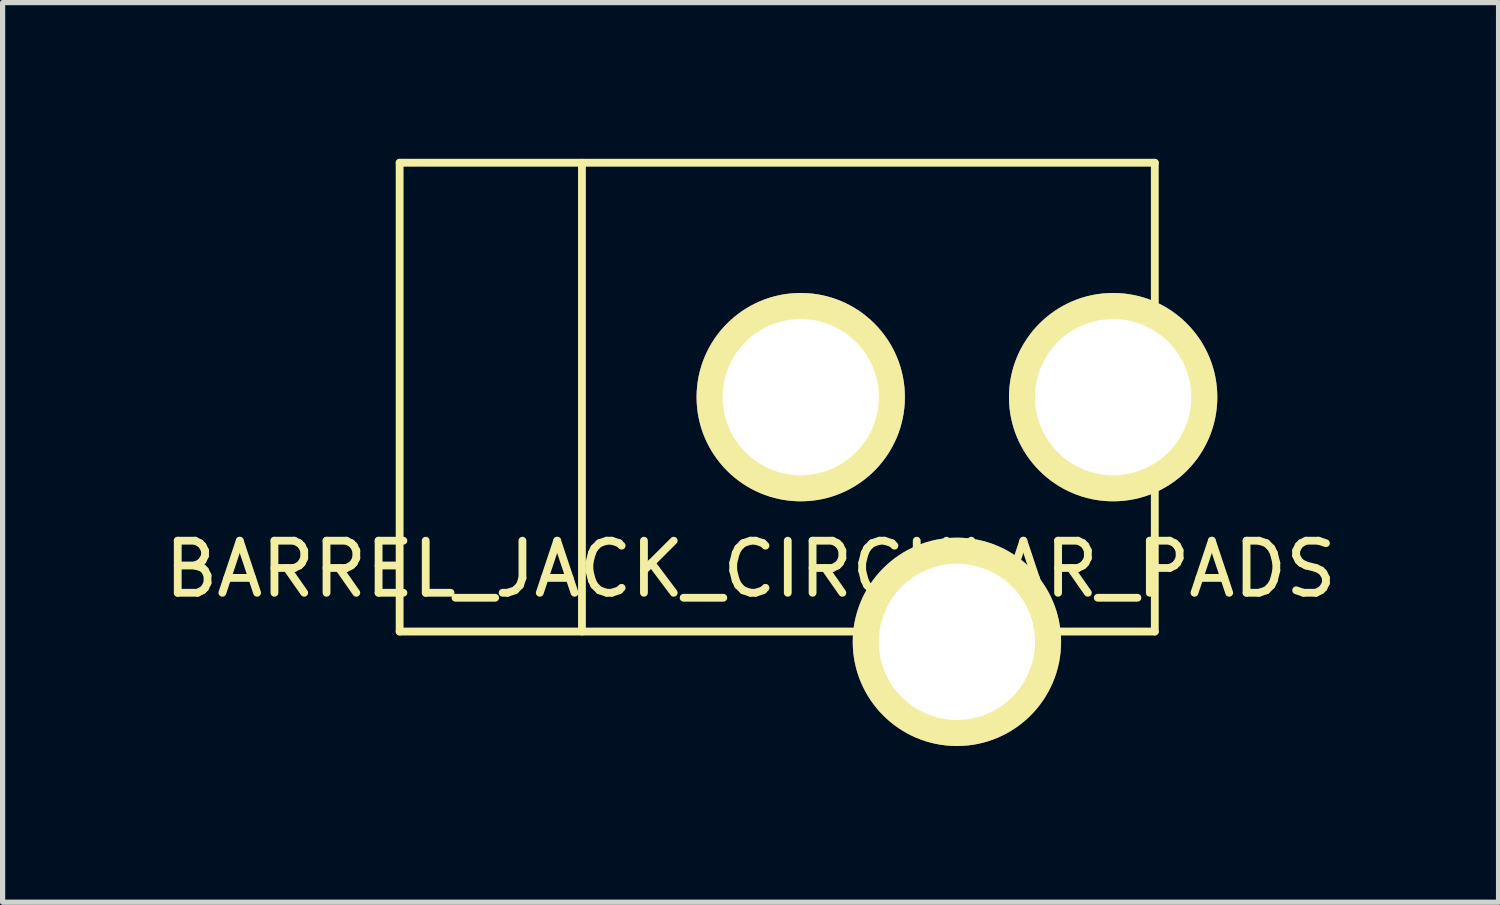
<source format=kicad_pcb>
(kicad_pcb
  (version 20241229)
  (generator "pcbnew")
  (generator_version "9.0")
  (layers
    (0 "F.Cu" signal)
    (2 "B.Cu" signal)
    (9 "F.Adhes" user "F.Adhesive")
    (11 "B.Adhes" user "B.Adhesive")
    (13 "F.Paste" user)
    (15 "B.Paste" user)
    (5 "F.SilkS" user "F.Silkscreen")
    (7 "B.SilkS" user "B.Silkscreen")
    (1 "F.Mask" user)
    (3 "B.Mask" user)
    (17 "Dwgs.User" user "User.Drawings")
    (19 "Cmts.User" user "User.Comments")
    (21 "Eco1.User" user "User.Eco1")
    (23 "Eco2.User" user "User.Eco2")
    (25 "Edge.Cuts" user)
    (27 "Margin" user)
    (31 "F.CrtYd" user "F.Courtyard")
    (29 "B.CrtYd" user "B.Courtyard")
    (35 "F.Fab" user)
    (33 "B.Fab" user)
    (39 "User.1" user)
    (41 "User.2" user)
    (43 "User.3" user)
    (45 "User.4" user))
  (footprint "BARREL_JACK_CIRCULAR_PADS"
    (layer "F.Cu")
    (at 12.125 4.576)
    (property "Reference" "BARREL_JACK_CIRCULAR_PADS" (at -0.762 3.302 180) (layer "F.SilkS") (effects (font (size 1 1) (thickness 0.15))))
    (attr through_hole)
    (fp_line (start -7.501 -4.501) (end -7.501 4.501) (stroke (width 0.15) (type solid)) (layer "F.SilkS"))
    (fp_line (start -7.501 4.501) (end 7 4.501) (stroke (width 0.15) (type solid)) (layer "F.SilkS"))
    (fp_line (start -4 -4.501) (end -4 4.501) (stroke (width 0.15) (type solid)) (layer "F.SilkS"))
    (fp_line (start 7 -4.501) (end -7.501 -4.501) (stroke (width 0.15) (type solid)) (layer "F.SilkS"))
    (fp_line (start 7 4.501) (end 7 -4.501) (stroke (width 0.15) (type solid)) (layer "F.SilkS"))
    (pad "1" thru_hole circle (at 6.2 0) (size 4 4) (drill 3) (layers "*.Cu" "*.Mask" "F.SilkS"))
    (pad "2" thru_hole circle (at 0.201 0) (size 4 4) (drill 3) (layers "*.Cu" "*.Mask" "F.SilkS"))
    (pad "3" thru_hole circle (at 3.2 4.699) (size 4 4) (drill 3) (layers "*.Cu" "*.Mask" "F.SilkS")))
  (gr_rect
    (start -3 -3)
    (end 25.726 14.275)
    (stroke (width 0.1) (type default))
    (fill no)
    (layer "Edge.Cuts")))
</source>
